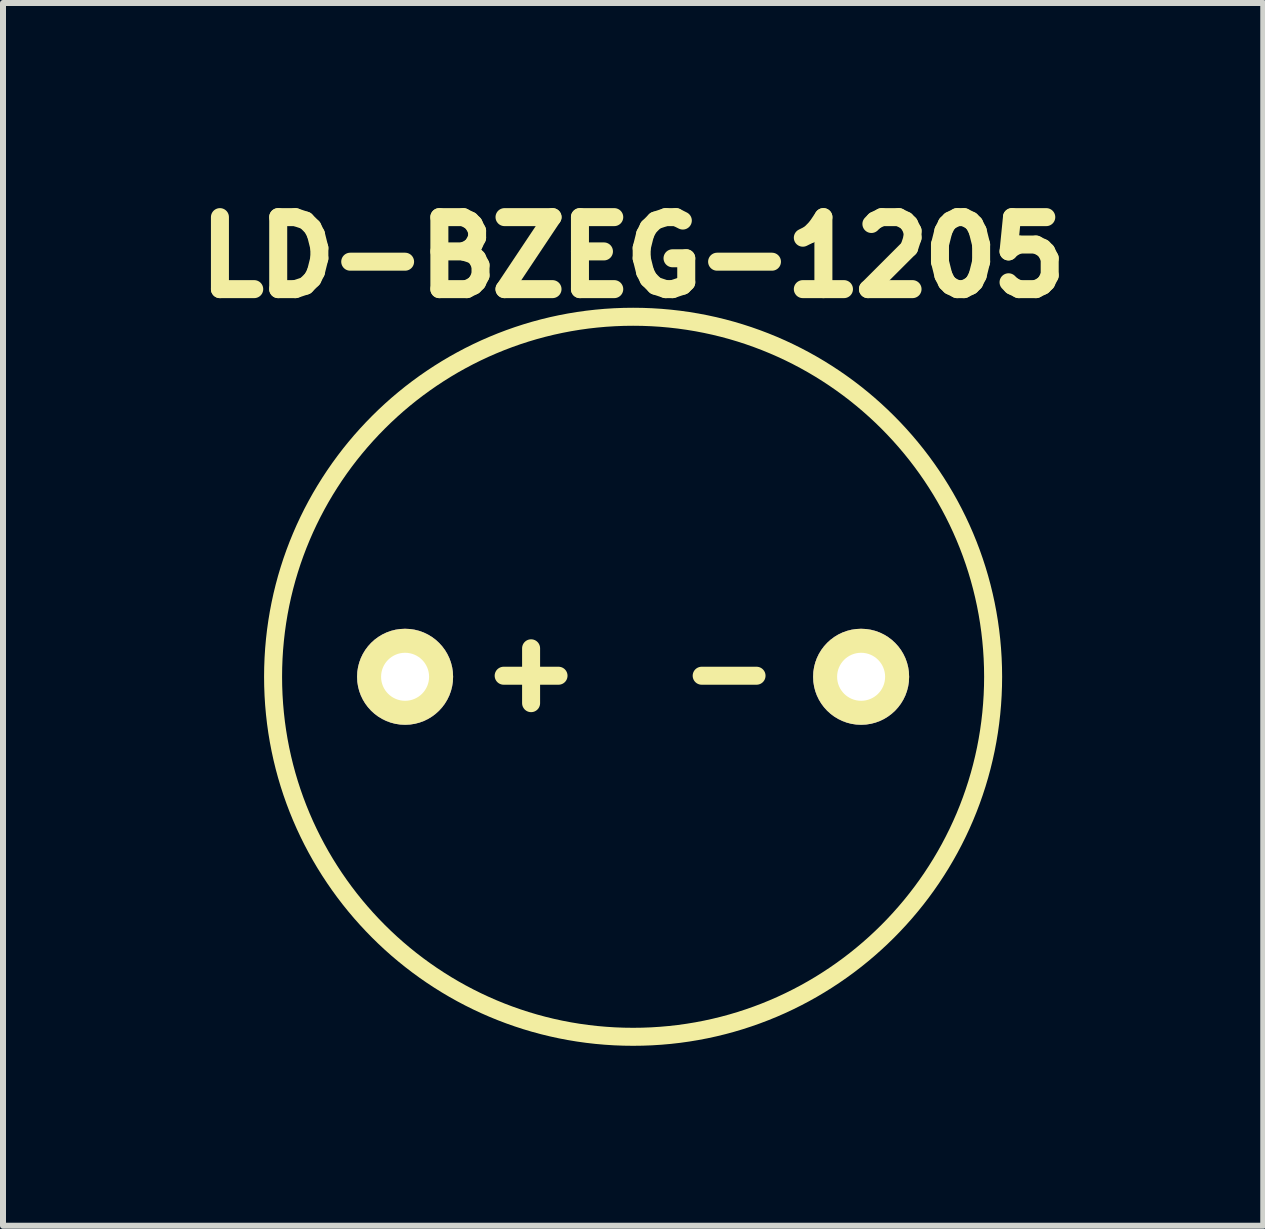
<source format=kicad_pcb>
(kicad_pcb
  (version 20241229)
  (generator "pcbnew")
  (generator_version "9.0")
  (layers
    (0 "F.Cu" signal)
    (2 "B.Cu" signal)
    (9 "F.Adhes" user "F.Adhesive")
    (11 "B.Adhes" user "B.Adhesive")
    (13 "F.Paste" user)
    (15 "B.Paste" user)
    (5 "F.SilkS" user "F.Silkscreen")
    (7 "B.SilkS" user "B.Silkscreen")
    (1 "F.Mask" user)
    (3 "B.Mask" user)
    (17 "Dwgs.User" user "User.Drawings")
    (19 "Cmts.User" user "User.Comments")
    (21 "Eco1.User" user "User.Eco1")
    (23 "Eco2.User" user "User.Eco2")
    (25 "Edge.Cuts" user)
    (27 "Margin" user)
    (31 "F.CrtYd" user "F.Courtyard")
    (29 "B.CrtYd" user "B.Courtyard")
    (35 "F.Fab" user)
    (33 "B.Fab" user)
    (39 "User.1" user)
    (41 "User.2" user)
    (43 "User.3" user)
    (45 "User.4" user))
  (footprint "LD-BZEG-1205"
    (layer "F.Cu")
    (at 7.501 8.229)
    (property "Reference" "LD-BZEG-1205" (at 0 -7 0) (layer "F.SilkS") (effects (font (size 1.2 1.2) (thickness 0.3))))
    (attr through_hole)
    (fp_circle (center 0 0) (end 6 0) (stroke (width 0.3) (type solid)) (fill no) (layer "F.SilkS"))
    (fp_text user "+" (at -1.7 -0.1 0) (layer "F.SilkS") (effects (font (size 1.2 1.2) (thickness 0.3))))
    (fp_text user "-" (at 1.6 -0.1 0) (layer "F.SilkS") (effects (font (size 1.2 1.2) (thickness 0.3))))
    (pad "1" thru_hole circle (at -3.8 0) (size 1.6 1.6) (drill 0.8) (layers "*.Cu" "*.Mask" "F.SilkS"))
    (pad "2" thru_hole circle (at 3.8 0) (size 1.6 1.6) (drill 0.8) (layers "*.Cu" "*.Mask" "F.SilkS")))
  (gr_rect
    (start -3 -3)
    (end 18.003 17.378)
    (stroke (width 0.1) (type default))
    (fill no)
    (layer "Edge.Cuts")))
</source>
